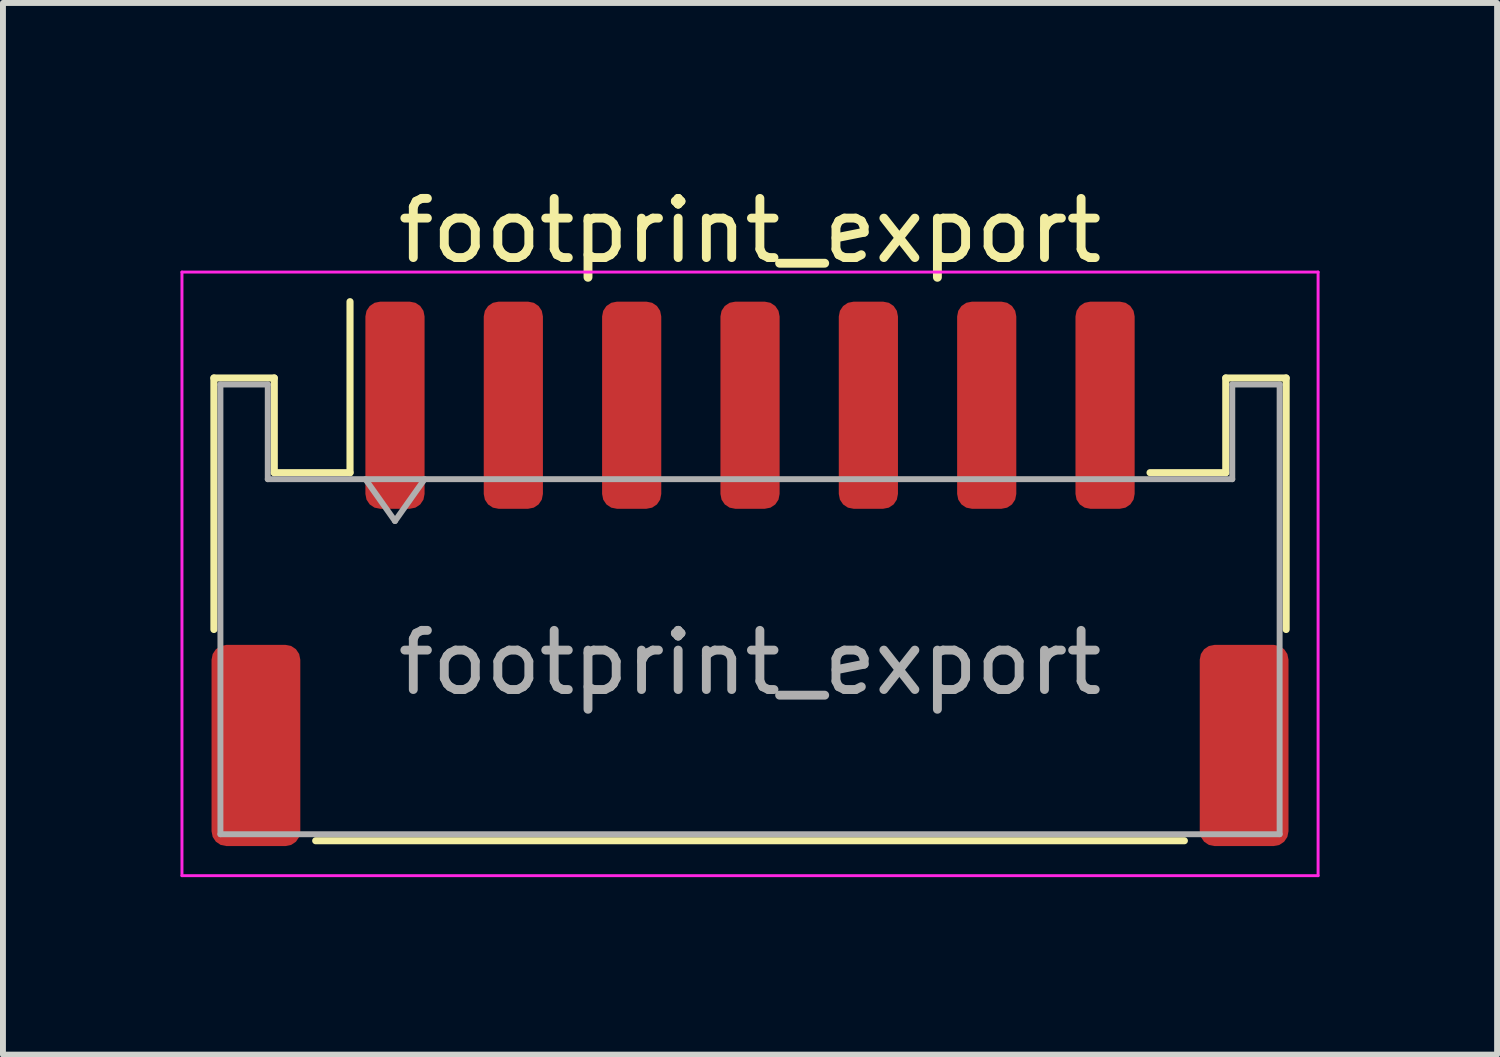
<source format=kicad_pcb>
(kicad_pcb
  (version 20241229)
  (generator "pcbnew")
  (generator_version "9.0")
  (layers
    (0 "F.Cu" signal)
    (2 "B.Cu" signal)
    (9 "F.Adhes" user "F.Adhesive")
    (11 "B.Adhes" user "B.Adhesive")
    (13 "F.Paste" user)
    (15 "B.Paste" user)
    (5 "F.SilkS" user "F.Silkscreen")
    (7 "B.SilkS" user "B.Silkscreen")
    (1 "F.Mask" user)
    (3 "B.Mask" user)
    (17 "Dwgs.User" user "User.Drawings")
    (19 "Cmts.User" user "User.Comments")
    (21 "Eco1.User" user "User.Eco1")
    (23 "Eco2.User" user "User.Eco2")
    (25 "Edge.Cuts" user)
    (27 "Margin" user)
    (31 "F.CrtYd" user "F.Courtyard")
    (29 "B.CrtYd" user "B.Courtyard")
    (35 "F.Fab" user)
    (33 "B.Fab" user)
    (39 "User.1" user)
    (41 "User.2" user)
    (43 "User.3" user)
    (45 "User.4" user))
  (footprint "footprint_export"
    (layer "F.Cu")
    (at 9.625 6.648)
    (property "Reference" "footprint_export" (at 0 -5.8 0) (layer "F.SilkS") (effects (font (size 1 1) (thickness 0.15))))
    (attr smd)
    (fp_line (start -9.06 -3.31) (end -8.04 -3.31) (stroke (width 0.12) (type solid)) (layer "F.SilkS"))
    (fp_line (start -9.06 0.94) (end -9.06 -3.31) (stroke (width 0.12) (type solid)) (layer "F.SilkS"))
    (fp_line (start -8.04 -3.31) (end -8.04 -1.71) (stroke (width 0.12) (type solid)) (layer "F.SilkS"))
    (fp_line (start -8.04 -1.71) (end -6.76 -1.71) (stroke (width 0.12) (type solid)) (layer "F.SilkS"))
    (fp_line (start -7.34 4.51) (end 7.34 4.51) (stroke (width 0.12) (type solid)) (layer "F.SilkS"))
    (fp_line (start -6.76 -1.71) (end -6.76 -4.6) (stroke (width 0.12) (type solid)) (layer "F.SilkS"))
    (fp_line (start 8.04 -3.31) (end 8.04 -1.71) (stroke (width 0.12) (type solid)) (layer "F.SilkS"))
    (fp_line (start 8.04 -1.71) (end 6.76 -1.71) (stroke (width 0.12) (type solid)) (layer "F.SilkS"))
    (fp_line (start 9.06 -3.31) (end 8.04 -3.31) (stroke (width 0.12) (type solid)) (layer "F.SilkS"))
    (fp_line (start 9.06 0.94) (end 9.06 -3.31) (stroke (width 0.12) (type solid)) (layer "F.SilkS"))
    (fp_line (start -9.6 -5.1) (end -9.6 5.1) (stroke (width 0.05) (type solid)) (layer "F.CrtYd"))
    (fp_line (start -9.6 5.1) (end 9.6 5.1) (stroke (width 0.05) (type solid)) (layer "F.CrtYd"))
    (fp_line (start 9.6 -5.1) (end -9.6 -5.1) (stroke (width 0.05) (type solid)) (layer "F.CrtYd"))
    (fp_line (start 9.6 5.1) (end 9.6 -5.1) (stroke (width 0.05) (type solid)) (layer "F.CrtYd"))
    (fp_line (start -8.95 -3.2) (end -8.95 4.4) (stroke (width 0.1) (type solid)) (layer "F.Fab"))
    (fp_line (start -8.95 -3.2) (end -8.15 -3.2) (stroke (width 0.1) (type solid)) (layer "F.Fab"))
    (fp_line (start -8.95 4.4) (end 8.95 4.4) (stroke (width 0.1) (type solid)) (layer "F.Fab"))
    (fp_line (start -8.15 -3.2) (end -8.15 -1.6) (stroke (width 0.1) (type solid)) (layer "F.Fab"))
    (fp_line (start -8.15 -1.6) (end 8.15 -1.6) (stroke (width 0.1) (type solid)) (layer "F.Fab"))
    (fp_line (start -6.5 -1.6) (end -6 -0.893) (stroke (width 0.1) (type solid)) (layer "F.Fab"))
    (fp_line (start -6 -0.893) (end -5.5 -1.6) (stroke (width 0.1) (type solid)) (layer "F.Fab"))
    (fp_line (start 8.15 -3.2) (end 8.95 -3.2) (stroke (width 0.1) (type solid)) (layer "F.Fab"))
    (fp_line (start 8.15 -1.6) (end 8.15 -3.2) (stroke (width 0.1) (type solid)) (layer "F.Fab"))
    (fp_line (start 8.95 -3.2) (end 8.95 4.4) (stroke (width 0.1) (type solid)) (layer "F.Fab"))
    (fp_text user "${REFERENCE}" (at 0 1.5 0) (layer "F.Fab") (effects (font (size 1 1) (thickness 0.15))))
    (pad "1" smd roundrect (at -6 -2.85) (size 1 3.5) (layers "F.Cu" "F.Mask" "F.Paste") (roundrect_rratio 0.25))
    (pad "2" smd roundrect (at -4 -2.85) (size 1 3.5) (layers "F.Cu" "F.Mask" "F.Paste") (roundrect_rratio 0.25))
    (pad "3" smd roundrect (at -2 -2.85) (size 1 3.5) (layers "F.Cu" "F.Mask" "F.Paste") (roundrect_rratio 0.25))
    (pad "4" smd roundrect (at 0 -2.85) (size 1 3.5) (layers "F.Cu" "F.Mask" "F.Paste") (roundrect_rratio 0.25))
    (pad "5" smd roundrect (at 2 -2.85) (size 1 3.5) (layers "F.Cu" "F.Mask" "F.Paste") (roundrect_rratio 0.25))
    (pad "6" smd roundrect (at 4 -2.85) (size 1 3.5) (layers "F.Cu" "F.Mask" "F.Paste") (roundrect_rratio 0.25))
    (pad "7" smd roundrect (at 6 -2.85) (size 1 3.5) (layers "F.Cu" "F.Mask" "F.Paste") (roundrect_rratio 0.25))
    (pad "MP" smd roundrect (at -8.35 2.9) (size 1.5 3.4) (layers "F.Cu" "F.Mask" "F.Paste") (roundrect_rratio 0.167))
    (pad "MP" smd roundrect (at 8.35 2.9) (size 1.5 3.4) (layers "F.Cu" "F.Mask" "F.Paste") (roundrect_rratio 0.167)))
  (gr_rect
    (start -3 -3)
    (end 22.25 14.773)
    (stroke (width 0.1) (type default))
    (fill no)
    (layer "Edge.Cuts")))
</source>
